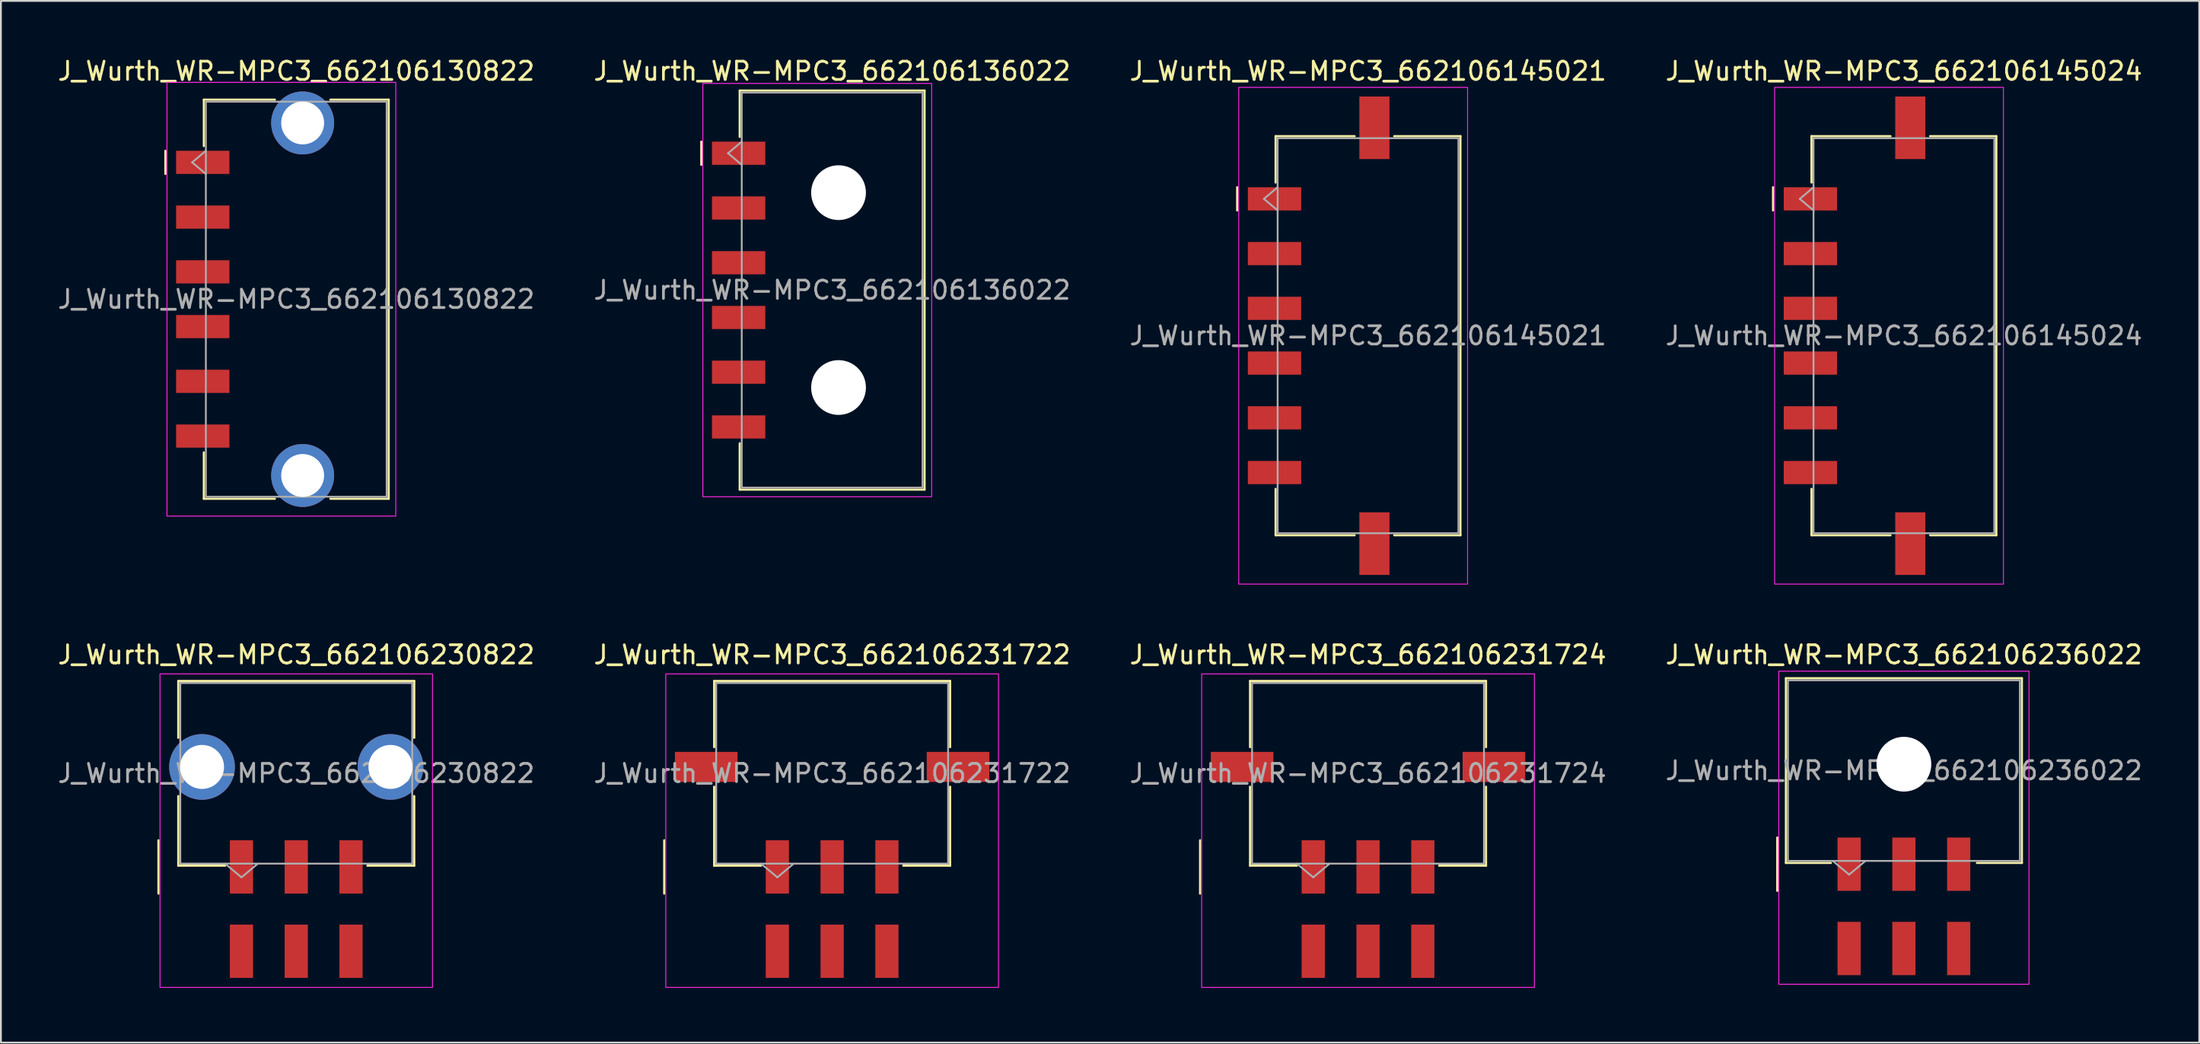
<source format=kicad_pcb>
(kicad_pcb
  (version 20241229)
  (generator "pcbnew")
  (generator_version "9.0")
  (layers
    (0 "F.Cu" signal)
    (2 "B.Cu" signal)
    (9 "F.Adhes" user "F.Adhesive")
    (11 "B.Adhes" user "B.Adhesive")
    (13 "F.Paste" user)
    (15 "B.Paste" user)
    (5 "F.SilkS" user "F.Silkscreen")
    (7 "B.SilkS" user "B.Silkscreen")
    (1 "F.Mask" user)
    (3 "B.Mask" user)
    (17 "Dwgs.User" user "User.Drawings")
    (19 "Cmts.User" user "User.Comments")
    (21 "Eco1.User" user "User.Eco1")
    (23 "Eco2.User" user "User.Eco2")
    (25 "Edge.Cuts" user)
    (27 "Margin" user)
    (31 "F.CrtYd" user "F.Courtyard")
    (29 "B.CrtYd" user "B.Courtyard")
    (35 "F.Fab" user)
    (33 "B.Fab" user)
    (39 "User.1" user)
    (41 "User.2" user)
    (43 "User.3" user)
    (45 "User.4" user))
  (footprint "J_Wurth_WR-MPC3_662106145024"
    (layer "F.Cu")
    (at 101.208 15.348)
    (property "Reference" "J_Wurth_WR-MPC3_662106145024" (at 0 -14.5 0) (unlocked yes) (layer "F.SilkS") (effects (font (size 1 1) (thickness 0.15))))
    (attr smd)
    (fp_line (start -7.165 -8.135) (end -7.165 -6.865) (stroke (width 0.12) (type solid)) (layer "F.SilkS"))
    (fp_line (start -5.06 -8.395) (end -5.06 -10.935) (stroke (width 0.12) (type default)) (layer "F.SilkS"))
    (fp_line (start -5.06 10.935) (end -5.06 8.395) (stroke (width 0.12) (type default)) (layer "F.SilkS"))
    (fp_line (start -0.735 -10.935) (end -5.06 -10.935) (stroke (width 0.12) (type default)) (layer "F.SilkS"))
    (fp_line (start -0.735 10.935) (end -5.06 10.935) (stroke (width 0.12) (type default)) (layer "F.SilkS"))
    (fp_line (start 5.06 -10.935) (end 1.435 -10.935) (stroke (width 0.12) (type solid)) (layer "F.SilkS"))
    (fp_line (start 5.06 -10.935) (end 5.06 10.935) (stroke (width 0.12) (type default)) (layer "F.SilkS"))
    (fp_line (start 5.06 10.935) (end 1.435 10.935) (stroke (width 0.12) (type solid)) (layer "F.SilkS"))
    (fp_rect (start -7.08 -13.61) (end 5.45 13.61) (stroke (width 0.05) (type solid)) (fill no) (layer "F.CrtYd"))
    (fp_line (start -5.7 -7.5) (end -4.95 -8.135) (stroke (width 0.1) (type solid)) (layer "F.Fab"))
    (fp_line (start -5.7 -7.5) (end -4.95 -6.865) (stroke (width 0.1) (type solid)) (layer "F.Fab"))
    (fp_rect (start -4.95 -10.825) (end 4.95 10.825) (stroke (width 0.1) (type solid)) (fill no) (layer "F.Fab"))
    (fp_text user "${REFERENCE}" (at 0 0 0) (unlocked yes) (layer "F.Fab") (effects (font (size 1 1) (thickness 0.15))))
    (pad "1" smd rect (at -5.12 -7.5 90) (size 1.27 2.92) (layers "F.Cu" "F.Mask" "F.Paste"))
    (pad "2" smd rect (at -5.12 -4.5 90) (size 1.27 2.92) (layers "F.Cu" "F.Mask" "F.Paste"))
    (pad "3" smd rect (at -5.12 -1.5 90) (size 1.27 2.92) (layers "F.Cu" "F.Mask" "F.Paste"))
    (pad "4" smd rect (at -5.12 1.5 90) (size 1.27 2.92) (layers "F.Cu" "F.Mask" "F.Paste"))
    (pad "5" smd rect (at -5.12 4.5 90) (size 1.27 2.92) (layers "F.Cu" "F.Mask" "F.Paste"))
    (pad "6" smd rect (at -5.12 7.5 90) (size 1.27 2.92) (layers "F.Cu" "F.Mask" "F.Paste"))
    (pad "MP1" smd rect (at 0.35 11.395 90) (size 3.43 1.65) (layers "F.Cu" "F.Mask" "F.Paste"))
    (pad "MP2" smd rect (at 0.35 -11.395 90) (size 3.43 1.65) (layers "F.Cu" "F.Mask" "F.Paste")))
  (footprint "J_Wurth_WR-MPC3_662106230822"
    (layer "F.Cu")
    (at 13.173 39.331)
    (property "Reference" "J_Wurth_WR-MPC3_662106230822" (at 0 -6.5 0) (unlocked yes) (layer "F.SilkS") (effects (font (size 1 1) (thickness 0.15))))
    (attr smd)
    (fp_line (start -7.545 6.59) (end -7.545 3.67) (stroke (width 0.12) (type solid)) (layer "F.SilkS"))
    (fp_line (start -6.46 -5.06) (end -6.46 -1.948) (stroke (width 0.12) (type default)) (layer "F.SilkS"))
    (fp_line (start -6.46 -5.06) (end 6.46 -5.06) (stroke (width 0.12) (type default)) (layer "F.SilkS"))
    (fp_line (start -6.46 1.248) (end -6.46 5.06) (stroke (width 0.12) (type default)) (layer "F.SilkS"))
    (fp_line (start -3.895 5.06) (end -6.46 5.06) (stroke (width 0.12) (type solid)) (layer "F.SilkS"))
    (fp_line (start 6.46 -5.06) (end 6.46 -1.948) (stroke (width 0.12) (type default)) (layer "F.SilkS"))
    (fp_line (start 6.46 1.248) (end 6.46 5.06) (stroke (width 0.12) (type default)) (layer "F.SilkS"))
    (fp_line (start 6.46 5.06) (end 3.895 5.06) (stroke (width 0.12) (type solid)) (layer "F.SilkS"))
    (fp_rect (start -7.46 -5.45) (end 7.46 11.73) (stroke (width 0.05) (type solid)) (fill no) (layer "F.CrtYd"))
    (fp_line (start -3 5.7) (end -3.895 4.95) (stroke (width 0.1) (type solid)) (layer "F.Fab"))
    (fp_line (start -3 5.7) (end -2.105 4.95) (stroke (width 0.1) (type solid)) (layer "F.Fab"))
    (fp_rect (start -6.35 -4.95) (end 6.35 4.95) (stroke (width 0.1) (type solid)) (fill no) (layer "F.Fab"))
    (fp_text user "${REFERENCE}" (at 0 0 0) (unlocked yes) (layer "F.Fab") (effects (font (size 1 1) (thickness 0.15))))
    (pad "1" smd rect (at -3 5.13 180) (size 1.27 2.92) (layers "F.Cu" "F.Mask" "F.Paste"))
    (pad "2" smd rect (at 0 5.13 180) (size 1.27 2.92) (layers "F.Cu" "F.Mask" "F.Paste"))
    (pad "3" smd rect (at 3 5.13 180) (size 1.27 2.92) (layers "F.Cu" "F.Mask" "F.Paste"))
    (pad "4" smd rect (at -3 9.75 180) (size 1.27 2.92) (layers "F.Cu" "F.Mask" "F.Paste"))
    (pad "5" smd rect (at 0 9.75 180) (size 1.27 2.92) (layers "F.Cu" "F.Mask" "F.Paste"))
    (pad "6" smd rect (at 3 9.75 180) (size 1.27 2.92) (layers "F.Cu" "F.Mask" "F.Paste"))
    (pad "MP1" thru_hole circle (at 5.16 -0.35 180) (size 3.6 3.6) (drill 2.41) (layers "*.Cu" "*.Mask"))
    (pad "MP2" thru_hole circle (at -5.16 -0.35 180) (size 3.6 3.6) (drill 2.41) (layers "*.Cu" "*.Mask")))
  (footprint "J_Wurth_WR-MPC3_662106231722"
    (layer "F.Cu")
    (at 42.518 39.331)
    (property "Reference" "J_Wurth_WR-MPC3_662106231722" (at 0 -6.5 0) (unlocked yes) (layer "F.SilkS") (effects (font (size 1 1) (thickness 0.15))))
    (attr smd)
    (fp_line (start -9.195 6.59) (end -9.195 3.67) (stroke (width 0.12) (type solid)) (layer "F.SilkS"))
    (fp_line (start -6.46 -5.06) (end -6.46 -1.435) (stroke (width 0.12) (type solid)) (layer "F.SilkS"))
    (fp_line (start -6.46 -5.06) (end 6.46 -5.06) (stroke (width 0.12) (type default)) (layer "F.SilkS"))
    (fp_line (start -6.46 0.735) (end -6.46 5.06) (stroke (width 0.12) (type solid)) (layer "F.SilkS"))
    (fp_line (start -3.895 5.06) (end -6.46 5.06) (stroke (width 0.12) (type solid)) (layer "F.SilkS"))
    (fp_line (start 6.46 -5.06) (end 6.46 -1.435) (stroke (width 0.12) (type solid)) (layer "F.SilkS"))
    (fp_line (start 6.46 0.735) (end 6.46 5.06) (stroke (width 0.12) (type solid)) (layer "F.SilkS"))
    (fp_line (start 6.46 5.06) (end 3.895 5.06) (stroke (width 0.12) (type solid)) (layer "F.SilkS"))
    (fp_rect (start -9.11 -5.45) (end 9.11 11.73) (stroke (width 0.05) (type solid)) (fill no) (layer "F.CrtYd"))
    (fp_line (start -3 5.7) (end -3.895 4.95) (stroke (width 0.1) (type solid)) (layer "F.Fab"))
    (fp_line (start -3 5.7) (end -2.105 4.95) (stroke (width 0.1) (type solid)) (layer "F.Fab"))
    (fp_rect (start -6.35 -4.95) (end 6.35 4.95) (stroke (width 0.1) (type solid)) (fill no) (layer "F.Fab"))
    (fp_text user "${REFERENCE}" (at 0 0 0) (unlocked yes) (layer "F.Fab") (effects (font (size 1 1) (thickness 0.15))))
    (pad "1" smd rect (at -3 5.13 180) (size 1.27 2.92) (layers "F.Cu" "F.Mask" "F.Paste"))
    (pad "2" smd rect (at 0 5.13 180) (size 1.27 2.92) (layers "F.Cu" "F.Mask" "F.Paste"))
    (pad "3" smd rect (at 3 5.13 180) (size 1.27 2.92) (layers "F.Cu" "F.Mask" "F.Paste"))
    (pad "4" smd rect (at -3 9.75 180) (size 1.27 2.92) (layers "F.Cu" "F.Mask" "F.Paste"))
    (pad "5" smd rect (at 0 9.75 180) (size 1.27 2.92) (layers "F.Cu" "F.Mask" "F.Paste"))
    (pad "6" smd rect (at 3 9.75 180) (size 1.27 2.92) (layers "F.Cu" "F.Mask" "F.Paste"))
    (pad "MP1" smd rect (at 6.895 -0.35 180) (size 3.43 1.65) (layers "F.Cu" "F.Mask" "F.Paste"))
    (pad "MP2" smd rect (at -6.895 -0.35 180) (size 3.43 1.65) (layers "F.Cu" "F.Mask" "F.Paste")))
  (footprint "J_Wurth_WR-MPC3_662106231724"
    (layer "F.Cu")
    (at 71.863 39.331)
    (property "Reference" "J_Wurth_WR-MPC3_662106231724" (at 0 -6.5 0) (unlocked yes) (layer "F.SilkS") (effects (font (size 1 1) (thickness 0.15))))
    (attr smd)
    (fp_line (start -9.195 6.59) (end -9.195 3.67) (stroke (width 0.12) (type solid)) (layer "F.SilkS"))
    (fp_line (start -6.46 -5.06) (end -6.46 -1.435) (stroke (width 0.12) (type solid)) (layer "F.SilkS"))
    (fp_line (start -6.46 -5.06) (end 6.46 -5.06) (stroke (width 0.12) (type default)) (layer "F.SilkS"))
    (fp_line (start -6.46 0.735) (end -6.46 5.06) (stroke (width 0.12) (type solid)) (layer "F.SilkS"))
    (fp_line (start -3.895 5.06) (end -6.46 5.06) (stroke (width 0.12) (type solid)) (layer "F.SilkS"))
    (fp_line (start 6.46 -5.06) (end 6.46 -1.435) (stroke (width 0.12) (type solid)) (layer "F.SilkS"))
    (fp_line (start 6.46 0.735) (end 6.46 5.06) (stroke (width 0.12) (type solid)) (layer "F.SilkS"))
    (fp_line (start 6.46 5.06) (end 3.895 5.06) (stroke (width 0.12) (type solid)) (layer "F.SilkS"))
    (fp_rect (start -9.11 -5.45) (end 9.11 11.73) (stroke (width 0.05) (type solid)) (fill no) (layer "F.CrtYd"))
    (fp_line (start -3 5.7) (end -3.895 4.95) (stroke (width 0.1) (type solid)) (layer "F.Fab"))
    (fp_line (start -3 5.7) (end -2.105 4.95) (stroke (width 0.1) (type solid)) (layer "F.Fab"))
    (fp_rect (start -6.35 -4.95) (end 6.35 4.95) (stroke (width 0.1) (type solid)) (fill no) (layer "F.Fab"))
    (fp_text user "${REFERENCE}" (at 0 0 0) (unlocked yes) (layer "F.Fab") (effects (font (size 1 1) (thickness 0.15))))
    (pad "1" smd rect (at -3 5.13 180) (size 1.27 2.92) (layers "F.Cu" "F.Mask" "F.Paste"))
    (pad "2" smd rect (at 0 5.13 180) (size 1.27 2.92) (layers "F.Cu" "F.Mask" "F.Paste"))
    (pad "3" smd rect (at 3 5.13 180) (size 1.27 2.92) (layers "F.Cu" "F.Mask" "F.Paste"))
    (pad "4" smd rect (at -3 9.75 180) (size 1.27 2.92) (layers "F.Cu" "F.Mask" "F.Paste"))
    (pad "5" smd rect (at 0 9.75 180) (size 1.27 2.92) (layers "F.Cu" "F.Mask" "F.Paste"))
    (pad "6" smd rect (at 3 9.75 180) (size 1.27 2.92) (layers "F.Cu" "F.Mask" "F.Paste"))
    (pad "MP1" smd rect (at 6.895 -0.35 180) (size 3.43 1.65) (layers "F.Cu" "F.Mask" "F.Paste"))
    (pad "MP2" smd rect (at -6.895 -0.35 180) (size 3.43 1.65) (layers "F.Cu" "F.Mask" "F.Paste")))
  (footprint "J_Wurth_WR-MPC3_662106136022"
    (layer "F.Cu")
    (at 42.518 12.848)
    (property "Reference" "J_Wurth_WR-MPC3_662106136022" (at 0 -12 0) (unlocked yes) (layer "F.SilkS") (effects (font (size 1 1) (thickness 0.15))))
    (attr smd)
    (fp_line (start -7.165 -8.135) (end -7.165 -6.865) (stroke (width 0.12) (type solid)) (layer "F.SilkS"))
    (fp_line (start -5.06 -10.935) (end 5.06 -10.935) (stroke (width 0.12) (type default)) (layer "F.SilkS"))
    (fp_line (start -5.06 -8.395) (end -5.06 -10.935) (stroke (width 0.12) (type default)) (layer "F.SilkS"))
    (fp_line (start -5.06 10.935) (end -5.06 8.395) (stroke (width 0.12) (type default)) (layer "F.SilkS"))
    (fp_line (start 5.06 -10.935) (end 5.06 10.935) (stroke (width 0.12) (type default)) (layer "F.SilkS"))
    (fp_line (start 5.06 10.935) (end -5.06 10.935) (stroke (width 0.12) (type default)) (layer "F.SilkS"))
    (fp_rect (start -7.08 -11.325) (end 5.45 11.325) (stroke (width 0.05) (type solid)) (fill no) (layer "F.CrtYd"))
    (fp_line (start -5.7 -7.5) (end -4.95 -8.135) (stroke (width 0.1) (type solid)) (layer "F.Fab"))
    (fp_line (start -5.7 -7.5) (end -4.95 -6.865) (stroke (width 0.1) (type solid)) (layer "F.Fab"))
    (fp_rect (start -4.95 -10.825) (end 4.95 10.825) (stroke (width 0.1) (type solid)) (fill no) (layer "F.Fab"))
    (fp_text user "${REFERENCE}" (at 0 0 0) (unlocked yes) (layer "F.Fab") (effects (font (size 1 1) (thickness 0.15))))
    (pad "" np_thru_hole circle (at 0.35 -5.34 90) (size 3 3) (drill 3) (layers "*.Cu" "*.Mask"))
    (pad "" np_thru_hole circle (at 0.35 5.34 90) (size 3 3) (drill 3) (layers "*.Cu" "*.Mask"))
    (pad "1" smd rect (at -5.12 -7.5 90) (size 1.27 2.92) (layers "F.Cu" "F.Mask" "F.Paste"))
    (pad "2" smd rect (at -5.12 -4.5 90) (size 1.27 2.92) (layers "F.Cu" "F.Mask" "F.Paste"))
    (pad "3" smd rect (at -5.12 -1.5 90) (size 1.27 2.92) (layers "F.Cu" "F.Mask" "F.Paste"))
    (pad "4" smd rect (at -5.12 1.5 90) (size 1.27 2.92) (layers "F.Cu" "F.Mask" "F.Paste"))
    (pad "5" smd rect (at -5.12 4.5 90) (size 1.27 2.92) (layers "F.Cu" "F.Mask" "F.Paste"))
    (pad "6" smd rect (at -5.12 7.5 90) (size 1.27 2.92) (layers "F.Cu" "F.Mask" "F.Paste")))
  (footprint "J_Wurth_WR-MPC3_662106145021"
    (layer "F.Cu")
    (at 71.863 15.348)
    (property "Reference" "J_Wurth_WR-MPC3_662106145021" (at 0 -14.5 0) (unlocked yes) (layer "F.SilkS") (effects (font (size 1 1) (thickness 0.15))))
    (attr smd)
    (fp_line (start -7.165 -8.135) (end -7.165 -6.865) (stroke (width 0.12) (type solid)) (layer "F.SilkS"))
    (fp_line (start -5.06 -8.395) (end -5.06 -10.935) (stroke (width 0.12) (type default)) (layer "F.SilkS"))
    (fp_line (start -5.06 10.935) (end -5.06 8.395) (stroke (width 0.12) (type default)) (layer "F.SilkS"))
    (fp_line (start -0.735 -10.935) (end -5.06 -10.935) (stroke (width 0.12) (type default)) (layer "F.SilkS"))
    (fp_line (start -0.735 10.935) (end -5.06 10.935) (stroke (width 0.12) (type default)) (layer "F.SilkS"))
    (fp_line (start 5.06 -10.935) (end 1.435 -10.935) (stroke (width 0.12) (type solid)) (layer "F.SilkS"))
    (fp_line (start 5.06 -10.935) (end 5.06 10.935) (stroke (width 0.12) (type default)) (layer "F.SilkS"))
    (fp_line (start 5.06 10.935) (end 1.435 10.935) (stroke (width 0.12) (type solid)) (layer "F.SilkS"))
    (fp_rect (start -7.08 -13.61) (end 5.45 13.61) (stroke (width 0.05) (type solid)) (fill no) (layer "F.CrtYd"))
    (fp_line (start -5.7 -7.5) (end -4.95 -8.135) (stroke (width 0.1) (type solid)) (layer "F.Fab"))
    (fp_line (start -5.7 -7.5) (end -4.95 -6.865) (stroke (width 0.1) (type solid)) (layer "F.Fab"))
    (fp_rect (start -4.95 -10.825) (end 4.95 10.825) (stroke (width 0.1) (type solid)) (fill no) (layer "F.Fab"))
    (fp_text user "${REFERENCE}" (at 0 0 0) (unlocked yes) (layer "F.Fab") (effects (font (size 1 1) (thickness 0.15))))
    (pad "1" smd rect (at -5.12 -7.5 90) (size 1.27 2.92) (layers "F.Cu" "F.Mask" "F.Paste"))
    (pad "2" smd rect (at -5.12 -4.5 90) (size 1.27 2.92) (layers "F.Cu" "F.Mask" "F.Paste"))
    (pad "3" smd rect (at -5.12 -1.5 90) (size 1.27 2.92) (layers "F.Cu" "F.Mask" "F.Paste"))
    (pad "4" smd rect (at -5.12 1.5 90) (size 1.27 2.92) (layers "F.Cu" "F.Mask" "F.Paste"))
    (pad "5" smd rect (at -5.12 4.5 90) (size 1.27 2.92) (layers "F.Cu" "F.Mask" "F.Paste"))
    (pad "6" smd rect (at -5.12 7.5 90) (size 1.27 2.92) (layers "F.Cu" "F.Mask" "F.Paste"))
    (pad "MP1" smd rect (at 0.35 11.395 90) (size 3.43 1.65) (layers "F.Cu" "F.Mask" "F.Paste"))
    (pad "MP2" smd rect (at 0.35 -11.395 90) (size 3.43 1.65) (layers "F.Cu" "F.Mask" "F.Paste")))
  (footprint "J_Wurth_WR-MPC3_662106236022"
    (layer "F.Cu")
    (at 101.208 39.181)
    (property "Reference" "J_Wurth_WR-MPC3_662106236022" (at 0 -6.35 0) (unlocked yes) (layer "F.SilkS") (effects (font (size 1 1) (thickness 0.15))))
    (attr smd)
    (fp_line (start -6.935 6.59) (end -6.935 3.67) (stroke (width 0.12) (type solid)) (layer "F.SilkS"))
    (fp_line (start -6.46 -5.06) (end -6.46 5.06) (stroke (width 0.12) (type solid)) (layer "F.SilkS"))
    (fp_line (start -6.46 -5.06) (end 6.46 -5.06) (stroke (width 0.12) (type solid)) (layer "F.SilkS"))
    (fp_line (start -4 5.06) (end -6.46 5.06) (stroke (width 0.12) (type solid)) (layer "F.SilkS"))
    (fp_line (start 4 5.06) (end 6.46 5.06) (stroke (width 0.12) (type solid)) (layer "F.SilkS"))
    (fp_line (start 6.46 -5.06) (end 6.46 5.06) (stroke (width 0.12) (type solid)) (layer "F.SilkS"))
    (fp_rect (start -6.85 -5.45) (end 6.85 11.71) (stroke (width 0.05) (type solid)) (fill no) (layer "F.CrtYd"))
    (fp_line (start -3 5.7) (end -3.895 4.95) (stroke (width 0.1) (type solid)) (layer "F.Fab"))
    (fp_line (start -3 5.7) (end -2.105 4.95) (stroke (width 0.1) (type solid)) (layer "F.Fab"))
    (fp_rect (start -6.35 -4.95) (end 6.35 4.95) (stroke (width 0.1) (type solid)) (fill no) (layer "F.Fab"))
    (fp_text user "${REFERENCE}" (at 0 0 0) (unlocked yes) (layer "F.Fab") (effects (font (size 1 1) (thickness 0.15))))
    (pad "" np_thru_hole circle (at 0 -0.35 180) (size 3 3) (drill 3) (layers "*.Cu" "*.Mask"))
    (pad "1" smd rect (at -3 5.13 180) (size 1.27 2.92) (layers "F.Cu" "F.Mask" "F.Paste"))
    (pad "2" smd rect (at 0 5.13 180) (size 1.27 2.92) (layers "F.Cu" "F.Mask" "F.Paste"))
    (pad "3" smd rect (at 3 5.13 180) (size 1.27 2.92) (layers "F.Cu" "F.Mask" "F.Paste"))
    (pad "4" smd rect (at -3 9.75 180) (size 1.27 2.92) (layers "F.Cu" "F.Mask" "F.Paste"))
    (pad "5" smd rect (at 0 9.75 180) (size 1.27 2.92) (layers "F.Cu" "F.Mask" "F.Paste"))
    (pad "6" smd rect (at 3 9.75 180) (size 1.27 2.92) (layers "F.Cu" "F.Mask" "F.Paste")))
  (footprint "J_Wurth_WR-MPC3_662106130822"
    (layer "F.Cu")
    (at 13.173 13.348)
    (property "Reference" "J_Wurth_WR-MPC3_662106130822" (at 0 -12.5 0) (unlocked yes) (layer "F.SilkS") (effects (font (size 1 1) (thickness 0.15))))
    (attr smd)
    (fp_line (start -7.165 -8.135) (end -7.165 -6.865) (stroke (width 0.12) (type solid)) (layer "F.SilkS"))
    (fp_line (start -5.06 -8.395) (end -5.06 -10.935) (stroke (width 0.12) (type default)) (layer "F.SilkS"))
    (fp_line (start -5.06 10.935) (end -5.06 8.395) (stroke (width 0.12) (type default)) (layer "F.SilkS"))
    (fp_line (start -1.171 -10.935) (end -5.06 -10.935) (stroke (width 0.12) (type default)) (layer "F.SilkS"))
    (fp_line (start -1.171 10.935) (end -5.06 10.935) (stroke (width 0.12) (type default)) (layer "F.SilkS"))
    (fp_line (start 5.06 -10.935) (end 1.871 -10.935) (stroke (width 0.12) (type solid)) (layer "F.SilkS"))
    (fp_line (start 5.06 -10.935) (end 5.06 10.935) (stroke (width 0.12) (type default)) (layer "F.SilkS"))
    (fp_line (start 5.06 10.935) (end 1.871 10.935) (stroke (width 0.12) (type solid)) (layer "F.SilkS"))
    (fp_rect (start -7.08 -11.885) (end 5.45 11.885) (stroke (width 0.05) (type solid)) (fill no) (layer "F.CrtYd"))
    (fp_line (start -5.7 -7.5) (end -4.95 -8.135) (stroke (width 0.1) (type solid)) (layer "F.Fab"))
    (fp_line (start -5.7 -7.5) (end -4.95 -6.865) (stroke (width 0.1) (type solid)) (layer "F.Fab"))
    (fp_rect (start -4.95 -10.825) (end 4.95 10.825) (stroke (width 0.1) (type solid)) (fill no) (layer "F.Fab"))
    (fp_text user "${REFERENCE}" (at 0 0 0) (unlocked yes) (layer "F.Fab") (effects (font (size 1 1) (thickness 0.15))))
    (pad "1" smd rect (at -5.12 -7.5 90) (size 1.27 2.92) (layers "F.Cu" "F.Mask" "F.Paste"))
    (pad "2" smd rect (at -5.12 -4.5 90) (size 1.27 2.92) (layers "F.Cu" "F.Mask" "F.Paste"))
    (pad "3" smd rect (at -5.12 -1.5 90) (size 1.27 2.92) (layers "F.Cu" "F.Mask" "F.Paste"))
    (pad "4" smd rect (at -5.12 1.5 90) (size 1.27 2.92) (layers "F.Cu" "F.Mask" "F.Paste"))
    (pad "5" smd rect (at -5.12 4.5 90) (size 1.27 2.92) (layers "F.Cu" "F.Mask" "F.Paste"))
    (pad "6" smd rect (at -5.12 7.5 90) (size 1.27 2.92) (layers "F.Cu" "F.Mask" "F.Paste"))
    (pad "MP1" thru_hole circle (at 0.35 9.66 90) (size 3.45 3.45) (drill 2.35) (layers "*.Cu" "*.Mask"))
    (pad "MP2" thru_hole circle (at 0.35 -9.66 90) (size 3.45 3.45) (drill 2.35) (layers "*.Cu" "*.Mask")))
  (gr_rect
    (start -3 -3)
    (end 117.381 54.087)
    (stroke (width 0.1) (type default))
    (fill no)
    (layer "Edge.Cuts")))
</source>
